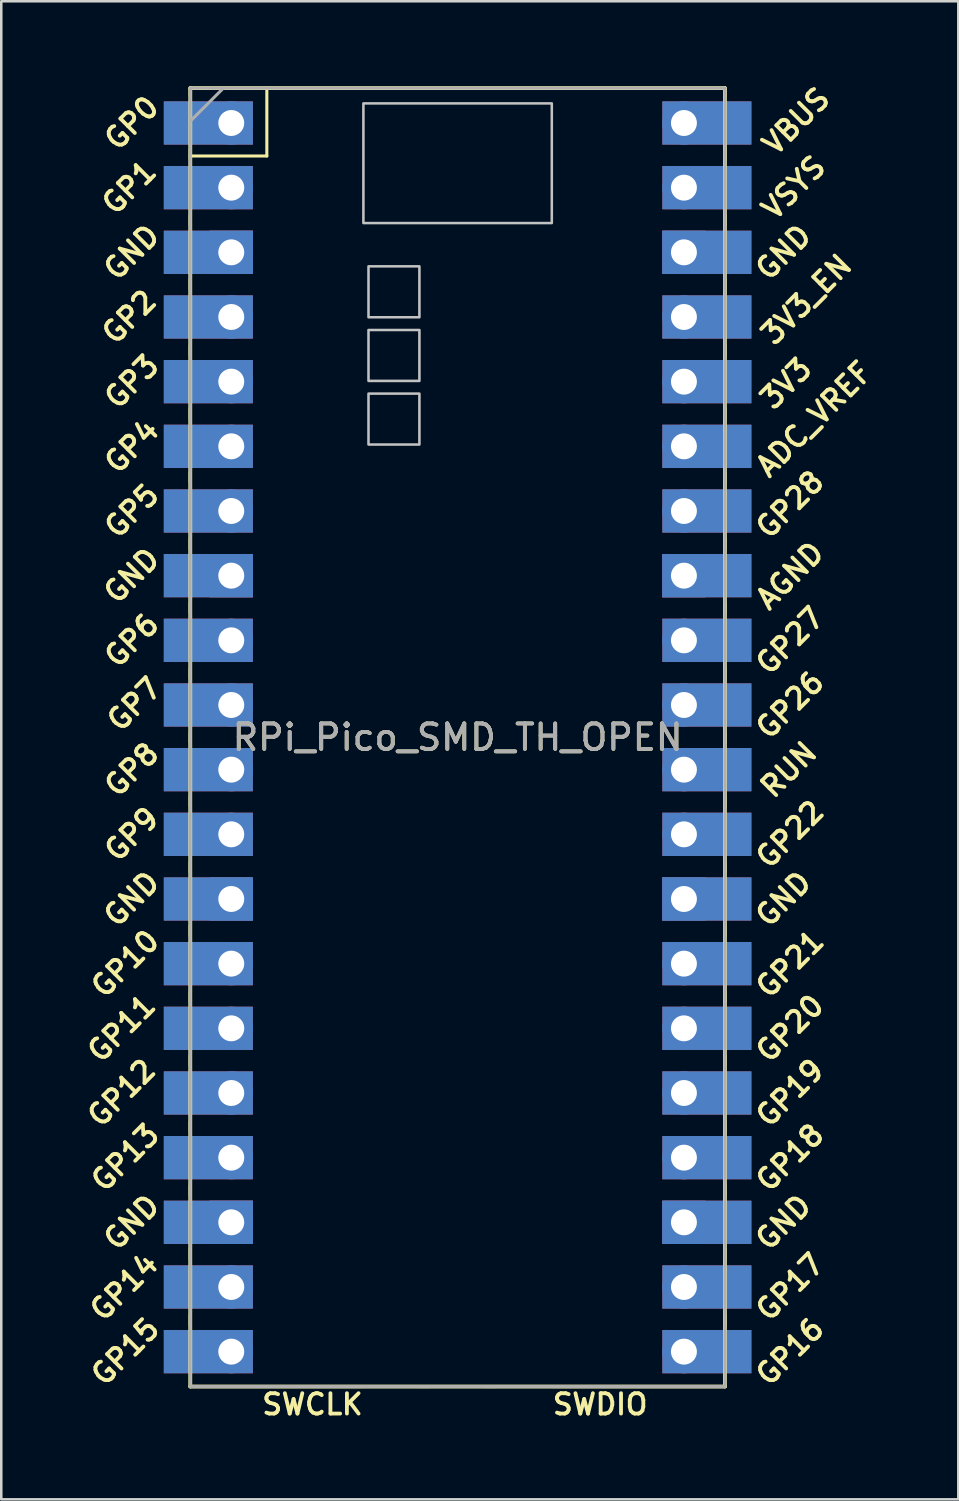
<source format=kicad_pcb>
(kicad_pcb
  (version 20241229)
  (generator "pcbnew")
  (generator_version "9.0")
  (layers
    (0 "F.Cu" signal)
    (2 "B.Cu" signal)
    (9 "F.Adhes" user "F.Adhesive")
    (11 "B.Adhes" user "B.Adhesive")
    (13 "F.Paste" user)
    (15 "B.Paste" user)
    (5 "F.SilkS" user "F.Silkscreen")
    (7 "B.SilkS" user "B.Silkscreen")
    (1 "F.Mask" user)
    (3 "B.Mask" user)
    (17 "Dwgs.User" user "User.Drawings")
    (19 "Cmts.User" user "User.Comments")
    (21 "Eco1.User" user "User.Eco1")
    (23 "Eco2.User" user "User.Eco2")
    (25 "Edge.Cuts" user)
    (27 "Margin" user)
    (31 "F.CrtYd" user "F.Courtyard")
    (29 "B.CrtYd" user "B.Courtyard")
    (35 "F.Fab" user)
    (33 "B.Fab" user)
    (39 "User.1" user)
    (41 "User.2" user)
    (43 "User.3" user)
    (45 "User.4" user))
  (footprint "RPi_Pico_SMD_TH_OPEN"
    (layer "F.Cu")
    (at 14.924 25.911)
    (property "Reference" "RPi_Pico_SMD_TH_OPEN" (at 0 0 0) (layer "F.SilkS") (effects (font (size 1 1) (thickness 0.15))))
    (attr through_hole)
    (fp_line (start -10.5 -25.5) (end -10.5 -25.2) (stroke (width 0.12) (type solid)) (layer "F.SilkS"))
    (fp_line (start -10.5 -25.5) (end -10.5 25.5) (stroke (width 0.15) (type solid)) (layer "F.SilkS"))
    (fp_line (start -10.5 -25.5) (end 10.5 -25.5) (stroke (width 0.15) (type solid)) (layer "F.SilkS"))
    (fp_line (start -10.5 -23.1) (end -10.5 -22.7) (stroke (width 0.12) (type solid)) (layer "F.SilkS"))
    (fp_line (start -10.5 -22.833) (end -7.493 -22.833) (stroke (width 0.12) (type solid)) (layer "F.SilkS"))
    (fp_line (start -10.5 -20.5) (end -10.5 -20.1) (stroke (width 0.12) (type solid)) (layer "F.SilkS"))
    (fp_line (start -10.5 -18) (end -10.5 -17.6) (stroke (width 0.12) (type solid)) (layer "F.SilkS"))
    (fp_line (start -10.5 -15.4) (end -10.5 -15) (stroke (width 0.12) (type solid)) (layer "F.SilkS"))
    (fp_line (start -10.5 -12.9) (end -10.5 -12.5) (stroke (width 0.12) (type solid)) (layer "F.SilkS"))
    (fp_line (start -10.5 -10.4) (end -10.5 -10) (stroke (width 0.12) (type solid)) (layer "F.SilkS"))
    (fp_line (start -10.5 -7.8) (end -10.5 -7.4) (stroke (width 0.12) (type solid)) (layer "F.SilkS"))
    (fp_line (start -10.5 -5.3) (end -10.5 -4.9) (stroke (width 0.12) (type solid)) (layer "F.SilkS"))
    (fp_line (start -10.5 -2.7) (end -10.5 -2.3) (stroke (width 0.12) (type solid)) (layer "F.SilkS"))
    (fp_line (start -10.5 -0.2) (end -10.5 0.2) (stroke (width 0.12) (type solid)) (layer "F.SilkS"))
    (fp_line (start -10.5 2.3) (end -10.5 2.7) (stroke (width 0.12) (type solid)) (layer "F.SilkS"))
    (fp_line (start -10.5 4.9) (end -10.5 5.3) (stroke (width 0.12) (type solid)) (layer "F.SilkS"))
    (fp_line (start -10.5 7.4) (end -10.5 7.8) (stroke (width 0.12) (type solid)) (layer "F.SilkS"))
    (fp_line (start -10.5 10) (end -10.5 10.4) (stroke (width 0.12) (type solid)) (layer "F.SilkS"))
    (fp_line (start -10.5 12.5) (end -10.5 12.9) (stroke (width 0.12) (type solid)) (layer "F.SilkS"))
    (fp_line (start -10.5 15.1) (end -10.5 15.5) (stroke (width 0.12) (type solid)) (layer "F.SilkS"))
    (fp_line (start -10.5 17.6) (end -10.5 18) (stroke (width 0.12) (type solid)) (layer "F.SilkS"))
    (fp_line (start -10.5 20.1) (end -10.5 20.5) (stroke (width 0.12) (type solid)) (layer "F.SilkS"))
    (fp_line (start -10.5 22.7) (end -10.5 23.1) (stroke (width 0.12) (type solid)) (layer "F.SilkS"))
    (fp_line (start -7.493 -22.833) (end -7.493 -25.5) (stroke (width 0.12) (type solid)) (layer "F.SilkS"))
    (fp_line (start -3.7 25.5) (end -10.5 25.5) (stroke (width 0.12) (type solid)) (layer "F.SilkS"))
    (fp_line (start -1.5 25.5) (end -1.1 25.5) (stroke (width 0.12) (type solid)) (layer "F.SilkS"))
    (fp_line (start 1.1 25.5) (end 1.5 25.5) (stroke (width 0.12) (type solid)) (layer "F.SilkS"))
    (fp_line (start 10.5 -25.5) (end 10.5 -25.2) (stroke (width 0.12) (type solid)) (layer "F.SilkS"))
    (fp_line (start 10.5 -25.5) (end 10.5 25.5) (stroke (width 0.15) (type solid)) (layer "F.SilkS"))
    (fp_line (start 10.5 -23.1) (end 10.5 -22.7) (stroke (width 0.12) (type solid)) (layer "F.SilkS"))
    (fp_line (start 10.5 -20.5) (end 10.5 -20.1) (stroke (width 0.12) (type solid)) (layer "F.SilkS"))
    (fp_line (start 10.5 -18) (end 10.5 -17.6) (stroke (width 0.12) (type solid)) (layer "F.SilkS"))
    (fp_line (start 10.5 -15.4) (end 10.5 -15) (stroke (width 0.12) (type solid)) (layer "F.SilkS"))
    (fp_line (start 10.5 -12.9) (end 10.5 -12.5) (stroke (width 0.12) (type solid)) (layer "F.SilkS"))
    (fp_line (start 10.5 -10.4) (end 10.5 -10) (stroke (width 0.12) (type solid)) (layer "F.SilkS"))
    (fp_line (start 10.5 -7.8) (end 10.5 -7.4) (stroke (width 0.12) (type solid)) (layer "F.SilkS"))
    (fp_line (start 10.5 -5.3) (end 10.5 -4.9) (stroke (width 0.12) (type solid)) (layer "F.SilkS"))
    (fp_line (start 10.5 -2.7) (end 10.5 -2.3) (stroke (width 0.12) (type solid)) (layer "F.SilkS"))
    (fp_line (start 10.5 -0.2) (end 10.5 0.2) (stroke (width 0.12) (type solid)) (layer "F.SilkS"))
    (fp_line (start 10.5 2.3) (end 10.5 2.7) (stroke (width 0.12) (type solid)) (layer "F.SilkS"))
    (fp_line (start 10.5 4.9) (end 10.5 5.3) (stroke (width 0.12) (type solid)) (layer "F.SilkS"))
    (fp_line (start 10.5 7.4) (end 10.5 7.8) (stroke (width 0.12) (type solid)) (layer "F.SilkS"))
    (fp_line (start 10.5 10) (end 10.5 10.4) (stroke (width 0.12) (type solid)) (layer "F.SilkS"))
    (fp_line (start 10.5 12.5) (end 10.5 12.9) (stroke (width 0.12) (type solid)) (layer "F.SilkS"))
    (fp_line (start 10.5 15.1) (end 10.5 15.5) (stroke (width 0.12) (type solid)) (layer "F.SilkS"))
    (fp_line (start 10.5 17.6) (end 10.5 18) (stroke (width 0.12) (type solid)) (layer "F.SilkS"))
    (fp_line (start 10.5 20.1) (end 10.5 20.5) (stroke (width 0.12) (type solid)) (layer "F.SilkS"))
    (fp_line (start 10.5 22.7) (end 10.5 23.1) (stroke (width 0.12) (type solid)) (layer "F.SilkS"))
    (fp_line (start 10.5 25.5) (end -10.5 25.5) (stroke (width 0.15) (type solid)) (layer "F.SilkS"))
    (fp_line (start 10.5 25.5) (end 3.7 25.5) (stroke (width 0.12) (type solid)) (layer "F.SilkS"))
    (fp_poly (pts (xy -1.5 -16.5) (xy -3.5 -16.5) (xy -3.5 -18.5) (xy -1.5 -18.5)) (stroke (width 0.1) (type solid)) (fill no) (layer "Dwgs.User"))
    (fp_poly (pts (xy -1.5 -14) (xy -3.5 -14) (xy -3.5 -16) (xy -1.5 -16)) (stroke (width 0.1) (type solid)) (fill no) (layer "Dwgs.User"))
    (fp_poly (pts (xy -1.5 -11.5) (xy -3.5 -11.5) (xy -3.5 -13.5) (xy -1.5 -13.5)) (stroke (width 0.1) (type solid)) (fill no) (layer "Dwgs.User"))
    (fp_poly (pts (xy 3.7 -20.2) (xy -3.7 -20.2) (xy -3.7 -24.9) (xy 3.7 -24.9)) (stroke (width 0.1) (type solid)) (fill no) (layer "Dwgs.User"))
    (fp_line (start -10.5 -25.5) (end 10.5 -25.5) (stroke (width 0.12) (type solid)) (layer "F.Fab"))
    (fp_line (start -10.5 -24.2) (end -9.2 -25.5) (stroke (width 0.12) (type solid)) (layer "F.Fab"))
    (fp_line (start -10.5 25.5) (end -10.5 -25.5) (stroke (width 0.12) (type solid)) (layer "F.Fab"))
    (fp_line (start 10.5 -25.5) (end 10.5 25.5) (stroke (width 0.12) (type solid)) (layer "F.Fab"))
    (fp_line (start 10.5 25.5) (end -10.5 25.5) (stroke (width 0.12) (type solid)) (layer "F.Fab"))
    (fp_text user "GP21" (at 13.054 8.9 45) (layer "F.SilkS") (effects (font (size 0.8 0.8) (thickness 0.15))))
    (fp_text user "GP10" (at -13.054 8.89 45) (layer "F.SilkS") (effects (font (size 0.8 0.8) (thickness 0.15))))
    (fp_text user "AGND" (at 13.054 -6.35 45) (layer "F.SilkS") (effects (font (size 0.8 0.8) (thickness 0.15))))
    (fp_text user "GP2" (at -12.9 -16.51 45) (layer "F.SilkS") (effects (font (size 0.8 0.8) (thickness 0.15))))
    (fp_text user "GND" (at 12.8 -19.05 45) (layer "F.SilkS") (effects (font (size 0.8 0.8) (thickness 0.15))))
    (fp_text user "GP16" (at 13.054 24.13 45) (layer "F.SilkS") (effects (font (size 0.8 0.8) (thickness 0.15))))
    (fp_text user "GP8" (at -12.8 1.27 45) (layer "F.SilkS") (effects (font (size 0.8 0.8) (thickness 0.15))))
    (fp_text user "GND" (at -12.8 -19.05 45) (layer "F.SilkS") (effects (font (size 0.8 0.8) (thickness 0.15))))
    (fp_text user "GP28" (at 13.054 -9.144 45) (layer "F.SilkS") (effects (font (size 0.8 0.8) (thickness 0.15))))
    (fp_text user "GP27" (at 13.054 -3.8 45) (layer "F.SilkS") (effects (font (size 0.8 0.8) (thickness 0.15))))
    (fp_text user "GP0" (at -12.8 -24.13 45) (layer "F.SilkS") (effects (font (size 0.8 0.8) (thickness 0.15))))
    (fp_text user "SWDIO" (at 5.6 26.2 0) (layer "F.SilkS") (effects (font (size 0.8 0.8) (thickness 0.15))))
    (fp_text user "SWCLK" (at -5.7 26.2 0) (layer "F.SilkS") (effects (font (size 0.8 0.8) (thickness 0.15))))
    (fp_text user "GP1" (at -12.9 -21.6 45) (layer "F.SilkS") (effects (font (size 0.8 0.8) (thickness 0.15))))
    (fp_text user "GP11" (at -13.2 11.43 45) (layer "F.SilkS") (effects (font (size 0.8 0.8) (thickness 0.15))))
    (fp_text user "GP14" (at -13.1 21.59 45) (layer "F.SilkS") (effects (font (size 0.8 0.8) (thickness 0.15))))
    (fp_text user "GP26" (at 13.054 -1.27 45) (layer "F.SilkS") (effects (font (size 0.8 0.8) (thickness 0.15))))
    (fp_text user "GND" (at -12.8 -6.35 45) (layer "F.SilkS") (effects (font (size 0.8 0.8) (thickness 0.15))))
    (fp_text user "RUN" (at 13 1.27 45) (layer "F.SilkS") (effects (font (size 0.8 0.8) (thickness 0.15))))
    (fp_text user "GP22" (at 13.054 3.81 45) (layer "F.SilkS") (effects (font (size 0.8 0.8) (thickness 0.15))))
    (fp_text user "GP19" (at 13.054 13.97 45) (layer "F.SilkS") (effects (font (size 0.8 0.8) (thickness 0.15))))
    (fp_text user "VSYS" (at 13.2 -21.59 45) (layer "F.SilkS") (effects (font (size 0.8 0.8) (thickness 0.15))))
    (fp_text user "GP13" (at -13.054 16.51 45) (layer "F.SilkS") (effects (font (size 0.8 0.8) (thickness 0.15))))
    (fp_text user "3V3_EN" (at 13.7 -17.2 45) (layer "F.SilkS") (effects (font (size 0.8 0.8) (thickness 0.15))))
    (fp_text user "GP20" (at 13.054 11.43 45) (layer "F.SilkS") (effects (font (size 0.8 0.8) (thickness 0.15))))
    (fp_text user "GP17" (at 13.054 21.59 45) (layer "F.SilkS") (effects (font (size 0.8 0.8) (thickness 0.15))))
    (fp_text user "GP4" (at -12.8 -11.43 45) (layer "F.SilkS") (effects (font (size 0.8 0.8) (thickness 0.15))))
    (fp_text user "GND" (at 12.8 19.05 45) (layer "F.SilkS") (effects (font (size 0.8 0.8) (thickness 0.15))))
    (fp_text user "GP9" (at -12.8 3.81 45) (layer "F.SilkS") (effects (font (size 0.8 0.8) (thickness 0.15))))
    (fp_text user "GP3" (at -12.8 -13.97 45) (layer "F.SilkS") (effects (font (size 0.8 0.8) (thickness 0.15))))
    (fp_text user "ADC_VREF" (at 14 -12.5 45) (layer "F.SilkS") (effects (font (size 0.8 0.8) (thickness 0.15))))
    (fp_text user "GP6" (at -12.8 -3.81 45) (layer "F.SilkS") (effects (font (size 0.8 0.8) (thickness 0.15))))
    (fp_text user "3V3" (at 12.9 -13.9 45) (layer "F.SilkS") (effects (font (size 0.8 0.8) (thickness 0.15))))
    (fp_text user "GP15" (at -13.054 24.13 45) (layer "F.SilkS") (effects (font (size 0.8 0.8) (thickness 0.15))))
    (fp_text user "GND" (at -12.8 6.35 45) (layer "F.SilkS") (effects (font (size 0.8 0.8) (thickness 0.15))))
    (fp_text user "GND" (at -12.8 19.05 45) (layer "F.SilkS") (effects (font (size 0.8 0.8) (thickness 0.15))))
    (fp_text user "GP18" (at 13.054 16.51 45) (layer "F.SilkS") (effects (font (size 0.8 0.8) (thickness 0.15))))
    (fp_text user "GP5" (at -12.8 -8.89 45) (layer "F.SilkS") (effects (font (size 0.8 0.8) (thickness 0.15))))
    (fp_text user "GP12" (at -13.2 13.97 45) (layer "F.SilkS") (effects (font (size 0.8 0.8) (thickness 0.15))))
    (fp_text user "VBUS" (at 13.3 -24.2 45) (layer "F.SilkS") (effects (font (size 0.8 0.8) (thickness 0.15))))
    (fp_text user "GP7" (at -12.7 -1.3 45) (layer "F.SilkS") (effects (font (size 0.8 0.8) (thickness 0.15))))
    (fp_text user "GND" (at 12.8 6.35 45) (layer "F.SilkS") (effects (font (size 0.8 0.8) (thickness 0.15))))
    (fp_text user "${REFERENCE}" (at 0 0 180) (layer "F.Fab") (effects (font (size 1 1) (thickness 0.15))))
    (pad "1" thru_hole oval (at -8.89 -24.13) (size 1.7 1.7) (drill 1.02) (layers "*.Cu" "*.Mask"))
    (pad "1" smd rect (at -8.89 -24.13) (size 3.5 1.7) (drill (offset -0.9 0)) (layers "F.Cu" "F.Mask"))
    (pad "1" smd rect (at -8.89 -24.13 180) (size 3.5 1.7) (drill (offset 0.9 0)) (layers "B.Cu" "B.Mask"))
    (pad "2" thru_hole oval (at -8.89 -21.59) (size 1.7 1.7) (drill 1.02) (layers "*.Cu" "*.Mask"))
    (pad "2" smd rect (at -8.89 -21.59) (size 3.5 1.7) (drill (offset -0.9 0)) (layers "F.Cu" "F.Mask"))
    (pad "2" smd rect (at -8.89 -21.59 180) (size 3.5 1.7) (drill (offset 0.9 0)) (layers "B.Cu" "B.Mask"))
    (pad "3" thru_hole rect (at -8.89 -19.05) (size 1.7 1.7) (drill 1.02) (layers "*.Cu" "*.Mask"))
    (pad "3" smd rect (at -8.89 -19.05) (size 3.5 1.7) (drill (offset -0.9 0)) (layers "F.Cu" "F.Mask"))
    (pad "3" smd rect (at -8.89 -19.05 180) (size 3.5 1.7) (drill (offset 0.9 0)) (layers "B.Cu" "B.Mask"))
    (pad "4" thru_hole oval (at -8.89 -16.51) (size 1.7 1.7) (drill 1.02) (layers "*.Cu" "*.Mask"))
    (pad "4" smd rect (at -8.89 -16.51) (size 3.5 1.7) (drill (offset -0.9 0)) (layers "F.Cu" "F.Mask"))
    (pad "4" smd rect (at -8.89 -16.51 180) (size 3.5 1.7) (drill (offset 0.9 0)) (layers "B.Cu" "B.Mask"))
    (pad "5" thru_hole oval (at -8.89 -13.97) (size 1.7 1.7) (drill 1.02) (layers "*.Cu" "*.Mask"))
    (pad "5" smd rect (at -8.89 -13.97) (size 3.5 1.7) (drill (offset -0.9 0)) (layers "F.Cu" "F.Mask"))
    (pad "5" smd rect (at -8.89 -13.97 180) (size 3.5 1.7) (drill (offset 0.9 0)) (layers "B.Cu" "B.Mask"))
    (pad "6" thru_hole oval (at -8.89 -11.43) (size 1.7 1.7) (drill 1.02) (layers "*.Cu" "*.Mask"))
    (pad "6" smd rect (at -8.89 -11.43) (size 3.5 1.7) (drill (offset -0.9 0)) (layers "F.Cu" "F.Mask"))
    (pad "6" smd rect (at -8.89 -11.43 180) (size 3.5 1.7) (drill (offset 0.9 0)) (layers "B.Cu" "B.Mask"))
    (pad "7" thru_hole oval (at -8.89 -8.89) (size 1.7 1.7) (drill 1.02) (layers "*.Cu" "*.Mask"))
    (pad "7" smd rect (at -8.89 -8.89) (size 3.5 1.7) (drill (offset -0.9 0)) (layers "F.Cu" "F.Mask"))
    (pad "7" smd rect (at -8.89 -8.89 180) (size 3.5 1.7) (drill (offset 0.9 0)) (layers "B.Cu" "B.Mask"))
    (pad "8" thru_hole rect (at -8.89 -6.35) (size 1.7 1.7) (drill 1.02) (layers "*.Cu" "*.Mask"))
    (pad "8" smd rect (at -8.89 -6.35) (size 3.5 1.7) (drill (offset -0.9 0)) (layers "F.Cu" "F.Mask"))
    (pad "8" smd rect (at -8.89 -6.35 180) (size 3.5 1.7) (drill (offset 0.9 0)) (layers "B.Cu" "B.Mask"))
    (pad "9" thru_hole oval (at -8.89 -3.81) (size 1.7 1.7) (drill 1.02) (layers "*.Cu" "*.Mask"))
    (pad "9" smd rect (at -8.89 -3.81) (size 3.5 1.7) (drill (offset -0.9 0)) (layers "F.Cu" "F.Mask"))
    (pad "9" smd rect (at -8.89 -3.81 180) (size 3.5 1.7) (drill (offset 0.9 0)) (layers "B.Cu" "B.Mask"))
    (pad "10" thru_hole oval (at -8.89 -1.27) (size 1.7 1.7) (drill 1.02) (layers "*.Cu" "*.Mask"))
    (pad "10" smd rect (at -8.89 -1.27) (size 3.5 1.7) (drill (offset -0.9 0)) (layers "F.Cu" "F.Mask"))
    (pad "10" smd rect (at -8.89 -1.27 180) (size 3.5 1.7) (drill (offset 0.9 0)) (layers "B.Cu" "B.Mask"))
    (pad "11" thru_hole oval (at -8.89 1.27) (size 1.7 1.7) (drill 1.02) (layers "*.Cu" "*.Mask"))
    (pad "11" smd rect (at -8.89 1.27) (size 3.5 1.7) (drill (offset -0.9 0)) (layers "F.Cu" "F.Mask"))
    (pad "11" smd rect (at -8.89 1.27 180) (size 3.5 1.7) (drill (offset 0.9 0)) (layers "B.Cu" "B.Mask"))
    (pad "12" thru_hole oval (at -8.89 3.81) (size 1.7 1.7) (drill 1.02) (layers "*.Cu" "*.Mask"))
    (pad "12" smd rect (at -8.89 3.81) (size 3.5 1.7) (drill (offset -0.9 0)) (layers "F.Cu" "F.Mask"))
    (pad "12" smd rect (at -8.89 3.81 180) (size 3.5 1.7) (drill (offset 0.9 0)) (layers "B.Cu" "B.Mask"))
    (pad "13" thru_hole rect (at -8.89 6.35) (size 1.7 1.7) (drill 1.02) (layers "*.Cu" "*.Mask"))
    (pad "13" smd rect (at -8.89 6.35) (size 3.5 1.7) (drill (offset -0.9 0)) (layers "F.Cu" "F.Mask"))
    (pad "13" smd rect (at -8.89 6.35 180) (size 3.5 1.7) (drill (offset 0.9 0)) (layers "B.Cu" "B.Mask"))
    (pad "14" thru_hole oval (at -8.89 8.89) (size 1.7 1.7) (drill 1.02) (layers "*.Cu" "*.Mask"))
    (pad "14" smd rect (at -8.89 8.89) (size 3.5 1.7) (drill (offset -0.9 0)) (layers "F.Cu" "F.Mask"))
    (pad "14" smd rect (at -8.89 8.89 180) (size 3.5 1.7) (drill (offset 0.9 0)) (layers "B.Cu" "B.Mask"))
    (pad "15" thru_hole oval (at -8.89 11.43) (size 1.7 1.7) (drill 1.02) (layers "*.Cu" "*.Mask"))
    (pad "15" smd rect (at -8.89 11.43) (size 3.5 1.7) (drill (offset -0.9 0)) (layers "F.Cu" "F.Mask"))
    (pad "15" smd rect (at -8.89 11.43 180) (size 3.5 1.7) (drill (offset 0.9 0)) (layers "B.Cu" "B.Mask"))
    (pad "16" thru_hole oval (at -8.89 13.97) (size 1.7 1.7) (drill 1.02) (layers "*.Cu" "*.Mask"))
    (pad "16" smd rect (at -8.89 13.97) (size 3.5 1.7) (drill (offset -0.9 0)) (layers "F.Cu" "F.Mask"))
    (pad "16" smd rect (at -8.89 13.97 180) (size 3.5 1.7) (drill (offset 0.9 0)) (layers "B.Cu" "B.Mask"))
    (pad "17" thru_hole oval (at -8.89 16.51) (size 1.7 1.7) (drill 1.02) (layers "*.Cu" "*.Mask"))
    (pad "17" smd rect (at -8.89 16.51) (size 3.5 1.7) (drill (offset -0.9 0)) (layers "F.Cu" "F.Mask"))
    (pad "17" smd rect (at -8.89 16.51 180) (size 3.5 1.7) (drill (offset 0.9 0)) (layers "B.Cu" "B.Mask"))
    (pad "18" thru_hole rect (at -8.89 19.05) (size 1.7 1.7) (drill 1.02) (layers "*.Cu" "*.Mask"))
    (pad "18" smd rect (at -8.89 19.05) (size 3.5 1.7) (drill (offset -0.9 0)) (layers "F.Cu" "F.Mask"))
    (pad "18" smd rect (at -8.89 19.05 180) (size 3.5 1.7) (drill (offset 0.9 0)) (layers "B.Cu" "B.Mask"))
    (pad "19" thru_hole oval (at -8.89 21.59) (size 1.7 1.7) (drill 1.02) (layers "*.Cu" "*.Mask"))
    (pad "19" smd rect (at -8.89 21.59) (size 3.5 1.7) (drill (offset -0.9 0)) (layers "F.Cu" "F.Mask"))
    (pad "19" smd rect (at -8.89 21.59 180) (size 3.5 1.7) (drill (offset 0.9 0)) (layers "B.Cu" "B.Mask"))
    (pad "20" thru_hole oval (at -8.89 24.13) (size 1.7 1.7) (drill 1.02) (layers "*.Cu" "*.Mask"))
    (pad "20" smd rect (at -8.89 24.13) (size 3.5 1.7) (drill (offset -0.9 0)) (layers "F.Cu" "F.Mask"))
    (pad "20" smd rect (at -8.89 24.13 180) (size 3.5 1.7) (drill (offset 0.9 0)) (layers "B.Cu" "B.Mask"))
    (pad "21" thru_hole oval (at 8.89 24.13) (size 1.7 1.7) (drill 1.02) (layers "*.Cu" "*.Mask"))
    (pad "21" smd rect (at 8.89 24.13) (size 3.5 1.7) (drill (offset 0.9 0)) (layers "F.Cu" "F.Mask"))
    (pad "21" smd rect (at 8.89 24.13 180) (size 3.5 1.7) (drill (offset -0.9 0)) (layers "B.Cu" "B.Mask"))
    (pad "22" thru_hole oval (at 8.89 21.59) (size 1.7 1.7) (drill 1.02) (layers "*.Cu" "*.Mask"))
    (pad "22" smd rect (at 8.89 21.59) (size 3.5 1.7) (drill (offset 0.9 0)) (layers "F.Cu" "F.Mask"))
    (pad "22" smd rect (at 8.89 21.59 180) (size 3.5 1.7) (drill (offset -0.9 0)) (layers "B.Cu" "B.Mask"))
    (pad "23" thru_hole rect (at 8.89 19.05) (size 1.7 1.7) (drill 1.02) (layers "*.Cu" "*.Mask"))
    (pad "23" smd rect (at 8.89 19.05) (size 3.5 1.7) (drill (offset 0.9 0)) (layers "F.Cu" "F.Mask"))
    (pad "23" smd rect (at 8.89 19.05 180) (size 3.5 1.7) (drill (offset -0.9 0)) (layers "B.Cu" "B.Mask"))
    (pad "24" thru_hole oval (at 8.89 16.51) (size 1.7 1.7) (drill 1.02) (layers "*.Cu" "*.Mask"))
    (pad "24" smd rect (at 8.89 16.51) (size 3.5 1.7) (drill (offset 0.9 0)) (layers "F.Cu" "F.Mask"))
    (pad "24" smd rect (at 8.89 16.51 180) (size 3.5 1.7) (drill (offset -0.9 0)) (layers "B.Cu" "B.Mask"))
    (pad "25" thru_hole oval (at 8.89 13.97) (size 1.7 1.7) (drill 1.02) (layers "*.Cu" "*.Mask"))
    (pad "25" smd rect (at 8.89 13.97) (size 3.5 1.7) (drill (offset 0.9 0)) (layers "F.Cu" "F.Mask"))
    (pad "25" smd rect (at 8.89 13.97 180) (size 3.5 1.7) (drill (offset -0.9 0)) (layers "B.Cu" "B.Mask"))
    (pad "26" thru_hole oval (at 8.89 11.43) (size 1.7 1.7) (drill 1.02) (layers "*.Cu" "*.Mask"))
    (pad "26" smd rect (at 8.89 11.43) (size 3.5 1.7) (drill (offset 0.9 0)) (layers "F.Cu" "F.Mask"))
    (pad "26" smd rect (at 8.89 11.43 180) (size 3.5 1.7) (drill (offset -0.9 0)) (layers "B.Cu" "B.Mask"))
    (pad "27" thru_hole oval (at 8.89 8.89) (size 1.7 1.7) (drill 1.02) (layers "*.Cu" "*.Mask"))
    (pad "27" smd rect (at 8.89 8.89) (size 3.5 1.7) (drill (offset 0.9 0)) (layers "F.Cu" "F.Mask"))
    (pad "27" smd rect (at 8.89 8.89 180) (size 3.5 1.7) (drill (offset -0.9 0)) (layers "B.Cu" "B.Mask"))
    (pad "28" thru_hole rect (at 8.89 6.35) (size 1.7 1.7) (drill 1.02) (layers "*.Cu" "*.Mask"))
    (pad "28" smd rect (at 8.89 6.35) (size 3.5 1.7) (drill (offset 0.9 0)) (layers "F.Cu" "F.Mask"))
    (pad "28" smd rect (at 8.89 6.35 180) (size 3.5 1.7) (drill (offset -0.9 0)) (layers "B.Cu" "B.Mask"))
    (pad "29" thru_hole oval (at 8.89 3.81) (size 1.7 1.7) (drill 1.02) (layers "*.Cu" "*.Mask"))
    (pad "29" smd rect (at 8.89 3.81) (size 3.5 1.7) (drill (offset 0.9 0)) (layers "F.Cu" "F.Mask"))
    (pad "29" smd rect (at 8.89 3.81 180) (size 3.5 1.7) (drill (offset -0.9 0)) (layers "B.Cu" "B.Mask"))
    (pad "30" thru_hole oval (at 8.89 1.27) (size 1.7 1.7) (drill 1.02) (layers "*.Cu" "*.Mask"))
    (pad "30" smd rect (at 8.89 1.27) (size 3.5 1.7) (drill (offset 0.9 0)) (layers "F.Cu" "F.Mask"))
    (pad "30" smd rect (at 8.89 1.27 180) (size 3.5 1.7) (drill (offset -0.9 0)) (layers "B.Cu" "B.Mask"))
    (pad "31" thru_hole oval (at 8.89 -1.27) (size 1.7 1.7) (drill 1.02) (layers "*.Cu" "*.Mask"))
    (pad "31" smd rect (at 8.89 -1.27) (size 3.5 1.7) (drill (offset 0.9 0)) (layers "F.Cu" "F.Mask"))
    (pad "31" smd rect (at 8.89 -1.27 180) (size 3.5 1.7) (drill (offset -0.9 0)) (layers "B.Cu" "B.Mask"))
    (pad "32" thru_hole oval (at 8.89 -3.81) (size 1.7 1.7) (drill 1.02) (layers "*.Cu" "*.Mask"))
    (pad "32" smd rect (at 8.89 -3.81) (size 3.5 1.7) (drill (offset 0.9 0)) (layers "F.Cu" "F.Mask"))
    (pad "32" smd rect (at 8.89 -3.81 180) (size 3.5 1.7) (drill (offset -0.9 0)) (layers "B.Cu" "B.Mask"))
    (pad "33" thru_hole rect (at 8.89 -6.35) (size 1.7 1.7) (drill 1.02) (layers "*.Cu" "*.Mask"))
    (pad "33" smd rect (at 8.89 -6.35) (size 3.5 1.7) (drill (offset 0.9 0)) (layers "F.Cu" "F.Mask"))
    (pad "33" smd rect (at 8.89 -6.35 180) (size 3.5 1.7) (drill (offset -0.9 0)) (layers "B.Cu" "B.Mask"))
    (pad "34" thru_hole oval (at 8.89 -8.89) (size 1.7 1.7) (drill 1.02) (layers "*.Cu" "*.Mask"))
    (pad "34" smd rect (at 8.89 -8.89) (size 3.5 1.7) (drill (offset 0.9 0)) (layers "F.Cu" "F.Mask"))
    (pad "34" smd rect (at 8.89 -8.89 180) (size 3.5 1.7) (drill (offset -0.9 0)) (layers "B.Cu" "B.Mask"))
    (pad "35" thru_hole oval (at 8.89 -11.43) (size 1.7 1.7) (drill 1.02) (layers "*.Cu" "*.Mask"))
    (pad "35" smd rect (at 8.89 -11.43) (size 3.5 1.7) (drill (offset 0.9 0)) (layers "F.Cu" "F.Mask"))
    (pad "35" smd rect (at 8.89 -11.43 180) (size 3.5 1.7) (drill (offset -0.9 0)) (layers "B.Cu" "B.Mask"))
    (pad "36" thru_hole oval (at 8.89 -13.97) (size 1.7 1.7) (drill 1.02) (layers "*.Cu" "*.Mask"))
    (pad "36" smd rect (at 8.89 -13.97) (size 3.5 1.7) (drill (offset 0.9 0)) (layers "F.Cu" "F.Mask"))
    (pad "36" smd rect (at 8.89 -13.97 180) (size 3.5 1.7) (drill (offset -0.9 0)) (layers "B.Cu" "B.Mask"))
    (pad "37" thru_hole oval (at 8.89 -16.51) (size 1.7 1.7) (drill 1.02) (layers "*.Cu" "*.Mask"))
    (pad "37" smd rect (at 8.89 -16.51) (size 3.5 1.7) (drill (offset 0.9 0)) (layers "F.Cu" "F.Mask"))
    (pad "37" smd rect (at 8.89 -16.51 180) (size 3.5 1.7) (drill (offset -0.9 0)) (layers "B.Cu" "B.Mask"))
    (pad "38" thru_hole rect (at 8.89 -19.05) (size 1.7 1.7) (drill 1.02) (layers "*.Cu" "*.Mask"))
    (pad "38" smd rect (at 8.89 -19.05) (size 3.5 1.7) (drill (offset 0.9 0)) (layers "F.Cu" "F.Mask"))
    (pad "38" smd rect (at 8.89 -19.05 180) (size 3.5 1.7) (drill (offset -0.9 0)) (layers "B.Cu" "B.Mask"))
    (pad "39" thru_hole oval (at 8.89 -21.59) (size 1.7 1.7) (drill 1.02) (layers "*.Cu" "*.Mask"))
    (pad "39" smd rect (at 8.89 -21.59) (size 3.5 1.7) (drill (offset 0.9 0)) (layers "F.Cu" "F.Mask"))
    (pad "39" smd rect (at 8.89 -21.59 180) (size 3.5 1.7) (drill (offset -0.9 0)) (layers "B.Cu" "B.Mask"))
    (pad "40" thru_hole oval (at 8.89 -24.13) (size 1.7 1.7) (drill 1.02) (layers "*.Cu" "*.Mask"))
    (pad "40" smd rect (at 8.89 -24.13) (size 3.5 1.7) (drill (offset 0.9 0)) (layers "F.Cu" "F.Mask"))
    (pad "40" smd rect (at 8.89 -24.13 180) (size 3.5 1.7) (drill (offset -0.9 0)) (layers "B.Cu" "B.Mask")))
  (gr_rect
    (start -3 -3)
    (end 34.591 55.842)
    (stroke (width 0.1) (type default))
    (fill no)
    (layer "Edge.Cuts")))
</source>
